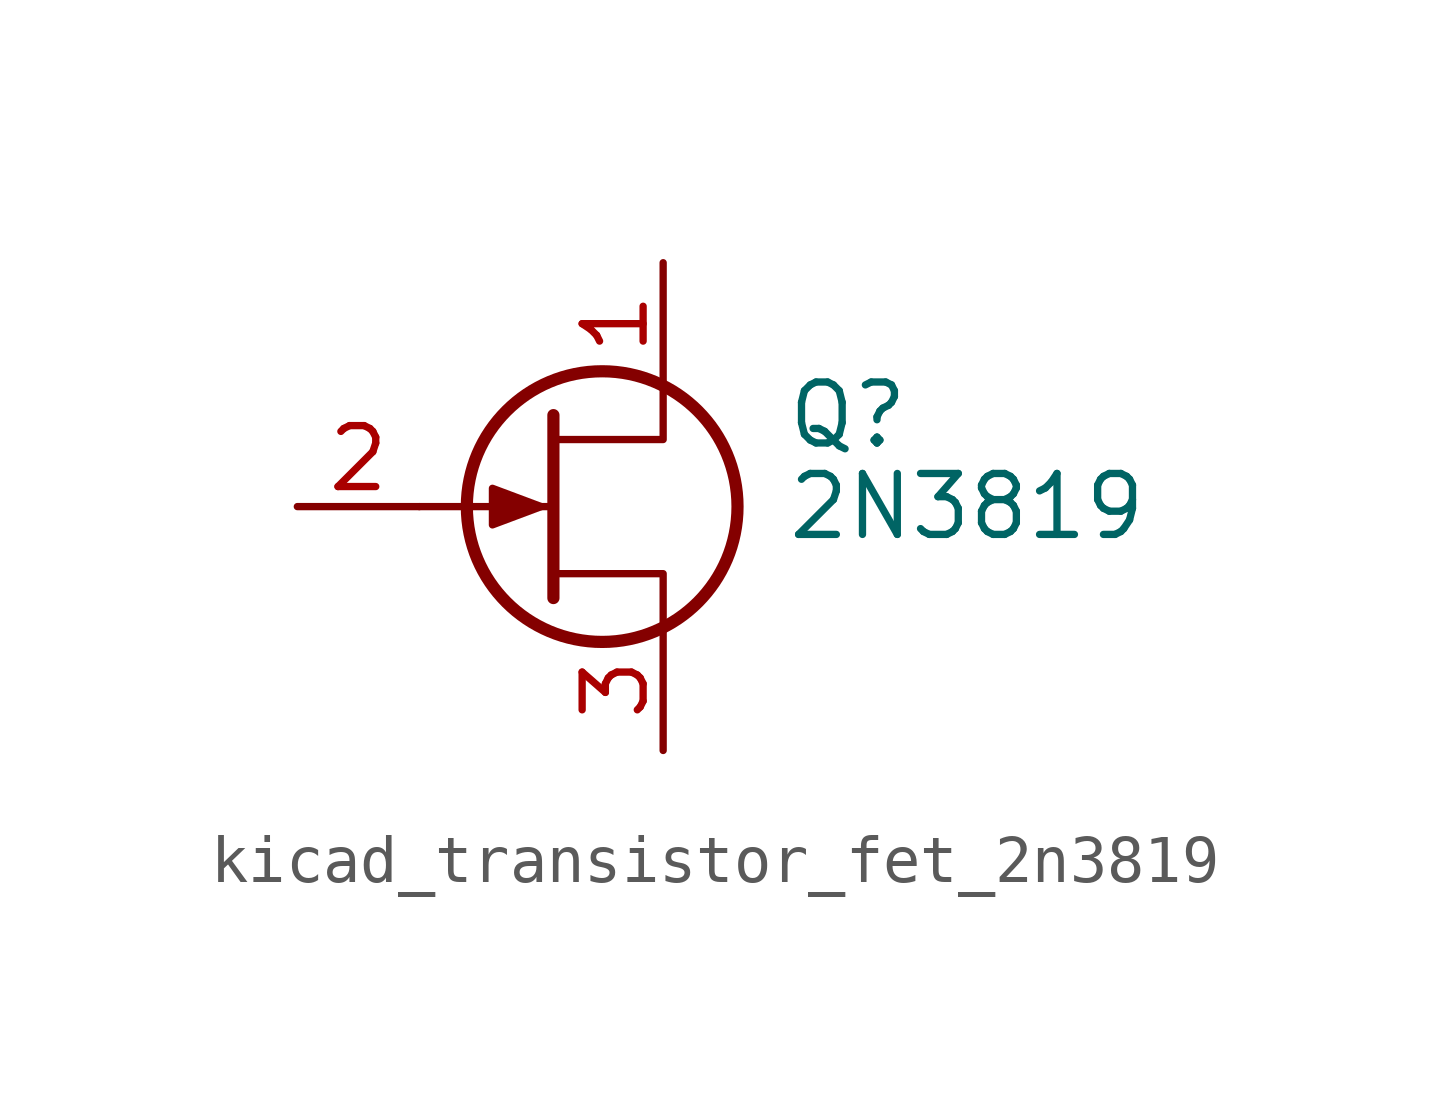
<source format=kicad_sym>
(kicad_symbol_lib
  (version 20220914)
  (generator kicad_symbol_editor)
  (symbol "kicad_transistor_fet_2n3819"
    (pin_names hide)
    (property "Reference" "Q"
      (at 5.08 1.905 0)
      (effects (font (size 1.27 1.27)) (justify left)))
    (property "Value" "2N3819"
      (at 5.08 0 0)
      (effects (font (size 1.27 1.27)) (justify left)))
    (symbol "kicad_transistor_fet_2n3819_0_1"
      (polyline (pts (xy 0.254 0) (xy -2.54 0)) (stroke (width 0) (type default)) (fill (type none)))
      (polyline (pts (xy 0.254 1.905) (xy 0.254 -1.905)) (stroke (width 0.254) (type default)) (fill (type none)))
      (polyline (pts (xy 2.54 -2.54) (xy 2.54 -1.397) (xy 0.254 -1.397)) (stroke (width 0) (type default)) (fill (type none)))
      (polyline (pts (xy 2.54 2.54) (xy 2.54 1.397) (xy 0.254 1.397)) (stroke (width 0) (type default)) (fill (type none)))
      (polyline (pts (xy 0 0) (xy -1.016 0.381) (xy -1.016 -0.381) (xy 0 0)) (stroke (width 0) (type default)) (fill (type outline)))
      (circle (center 1.27 0) (radius 2.819) (stroke (width 0.254) (type default)) (fill (type none))))
    (symbol "kicad_transistor_fet_2n3819_1_1"
      (pin passive line (at 2.54 5.08 270) (length 2.54) (name "D" (effects (font (size 1.27 1.27)))) (number "1" (effects (font (size 1.27 1.27)))))
      (pin input line (at -5.08 0 0) (length 2.54) (name "G" (effects (font (size 1.27 1.27)))) (number "2" (effects (font (size 1.27 1.27)))))
      (pin passive line (at 2.54 -5.08 90) (length 2.54) (name "S" (effects (font (size 1.27 1.27)))) (number "3" (effects (font (size 1.27 1.27))))))))
</source>
